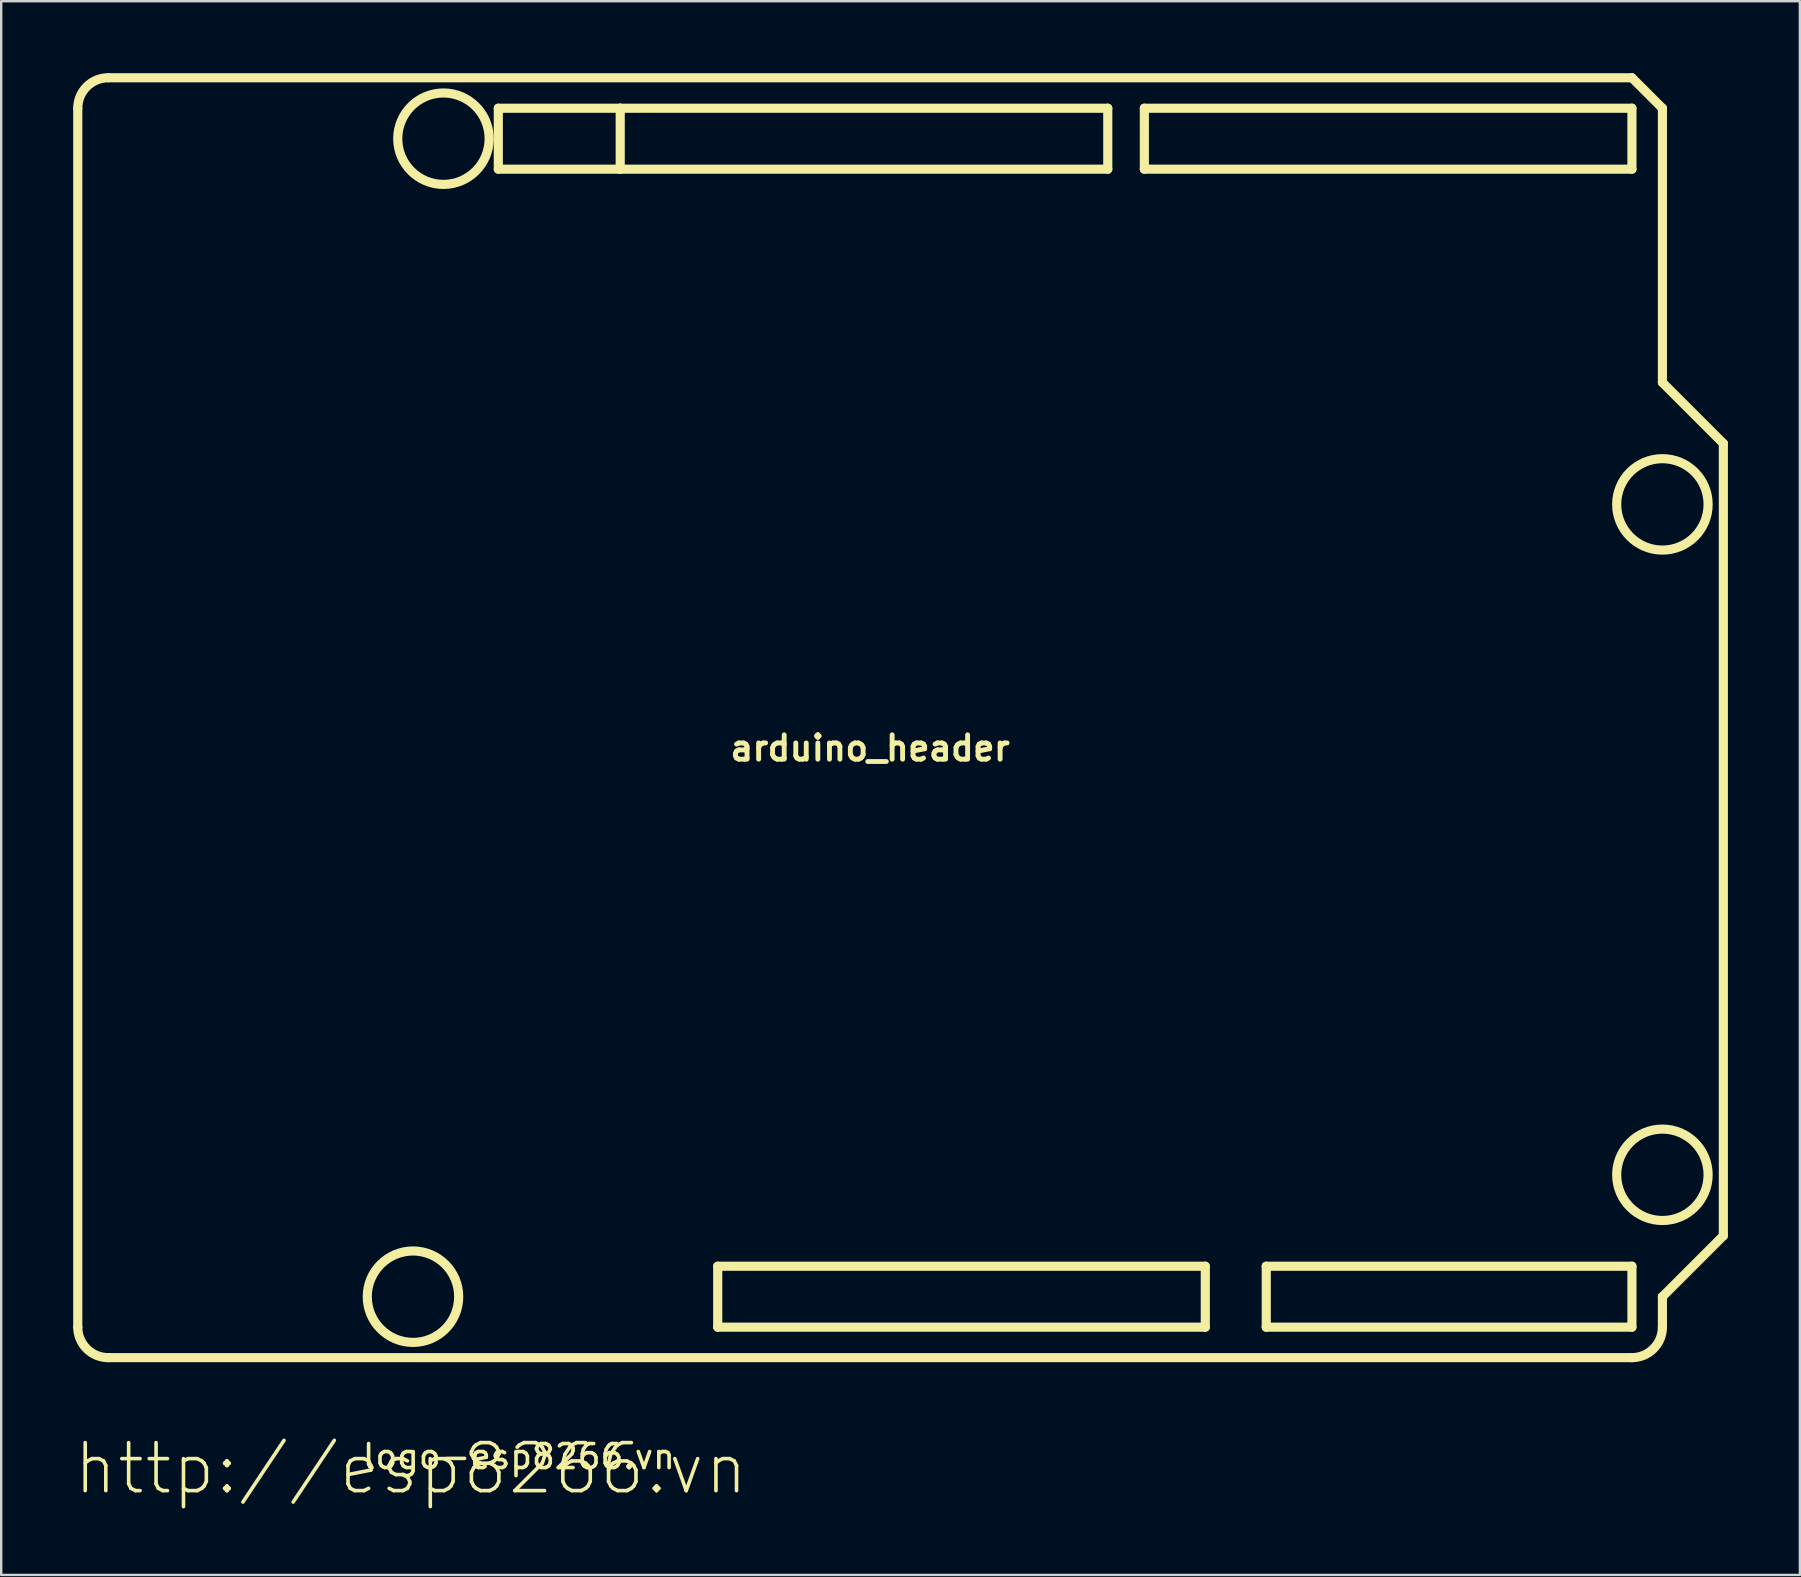
<source format=kicad_pcb>
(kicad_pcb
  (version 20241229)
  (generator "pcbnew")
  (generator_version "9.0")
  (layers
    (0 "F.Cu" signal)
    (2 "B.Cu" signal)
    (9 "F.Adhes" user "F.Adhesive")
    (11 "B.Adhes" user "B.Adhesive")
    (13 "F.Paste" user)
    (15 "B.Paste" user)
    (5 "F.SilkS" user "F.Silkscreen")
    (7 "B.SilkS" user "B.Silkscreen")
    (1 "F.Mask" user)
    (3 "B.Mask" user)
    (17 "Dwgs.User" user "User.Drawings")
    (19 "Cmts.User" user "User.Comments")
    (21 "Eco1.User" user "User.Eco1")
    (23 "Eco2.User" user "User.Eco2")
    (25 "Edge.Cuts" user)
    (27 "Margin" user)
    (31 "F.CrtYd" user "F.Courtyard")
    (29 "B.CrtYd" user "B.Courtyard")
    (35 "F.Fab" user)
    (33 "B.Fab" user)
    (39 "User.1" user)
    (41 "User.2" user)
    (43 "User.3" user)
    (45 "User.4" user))
  (footprint "logo-esp8266.vn"
    (layer "F.Cu")
    (at 18.573 57.154)
    (property "Reference" "logo-esp8266.vn" (at 0 0.5 0) (layer "F.SilkS") (effects (font (size 1 1) (thickness 0.15))))
    (attr through_hole)
    (fp_text user "http://esp8266.vn" (at -4.5 1 0) (layer "F.SilkS") (effects (font (size 2 2) (thickness 0.15)))))
  (footprint "arduino_header"
    (layer "F.Cu")
    (at 33.211 26.86)
    (property "Reference" "arduino_header" (at 0 1.27 0) (layer "F.SilkS") (effects (font (size 1.016 1.016) (thickness 0.203))))
    (attr through_hole)
    (fp_line (start -33.02 25.4) (end -33.02 -25.4) (stroke (width 0.381) (type solid)) (layer "F.SilkS"))
    (fp_line (start -31.75 26.67) (end 31.75 26.67) (stroke (width 0.381) (type solid)) (layer "F.SilkS"))
    (fp_line (start -15.494 -25.4) (end -15.494 -22.86) (stroke (width 0.381) (type solid)) (layer "F.SilkS"))
    (fp_line (start -15.494 -22.86) (end -10.414 -22.86) (stroke (width 0.381) (type solid)) (layer "F.SilkS"))
    (fp_line (start -10.414 -25.4) (end -15.494 -25.4) (stroke (width 0.381) (type solid)) (layer "F.SilkS"))
    (fp_line (start -10.414 -22.86) (end -10.414 -25.4) (stroke (width 0.381) (type solid)) (layer "F.SilkS"))
    (fp_line (start -6.35 25.4) (end -6.35 22.86) (stroke (width 0.381) (type solid)) (layer "F.SilkS"))
    (fp_line (start -6.35 25.4) (end 13.97 25.4) (stroke (width 0.381) (type solid)) (layer "F.SilkS"))
    (fp_line (start 9.906 -25.4) (end -10.414 -25.4) (stroke (width 0.381) (type solid)) (layer "F.SilkS"))
    (fp_line (start 9.906 -22.86) (end -10.414 -22.86) (stroke (width 0.381) (type solid)) (layer "F.SilkS"))
    (fp_line (start 9.906 -22.86) (end 9.906 -25.4) (stroke (width 0.381) (type solid)) (layer "F.SilkS"))
    (fp_line (start 11.43 -25.4) (end 31.75 -25.4) (stroke (width 0.381) (type solid)) (layer "F.SilkS"))
    (fp_line (start 11.43 -22.86) (end 11.43 -25.4) (stroke (width 0.381) (type solid)) (layer "F.SilkS"))
    (fp_line (start 13.97 22.86) (end -6.35 22.86) (stroke (width 0.381) (type solid)) (layer "F.SilkS"))
    (fp_line (start 13.97 22.86) (end 13.97 25.4) (stroke (width 0.381) (type solid)) (layer "F.SilkS"))
    (fp_line (start 16.51 22.86) (end 16.51 25.4) (stroke (width 0.381) (type solid)) (layer "F.SilkS"))
    (fp_line (start 16.51 22.86) (end 31.75 22.86) (stroke (width 0.381) (type solid)) (layer "F.SilkS"))
    (fp_line (start 31.75 -26.67) (end -31.75 -26.67) (stroke (width 0.381) (type solid)) (layer "F.SilkS"))
    (fp_line (start 31.75 -26.67) (end 33.02 -25.4) (stroke (width 0.381) (type solid)) (layer "F.SilkS"))
    (fp_line (start 31.75 -25.4) (end 31.75 -22.86) (stroke (width 0.381) (type solid)) (layer "F.SilkS"))
    (fp_line (start 31.75 -22.86) (end 11.43 -22.86) (stroke (width 0.381) (type solid)) (layer "F.SilkS"))
    (fp_line (start 31.75 25.4) (end 16.51 25.4) (stroke (width 0.381) (type solid)) (layer "F.SilkS"))
    (fp_line (start 31.75 25.4) (end 31.75 22.86) (stroke (width 0.381) (type solid)) (layer "F.SilkS"))
    (fp_line (start 33.02 -25.4) (end 33.02 -13.97) (stroke (width 0.381) (type solid)) (layer "F.SilkS"))
    (fp_line (start 33.02 -13.97) (end 35.56 -11.43) (stroke (width 0.381) (type solid)) (layer "F.SilkS"))
    (fp_line (start 33.02 24.13) (end 33.02 25.4) (stroke (width 0.381) (type solid)) (layer "F.SilkS"))
    (fp_line (start 35.56 21.59) (end 33.02 24.13) (stroke (width 0.381) (type solid)) (layer "F.SilkS"))
    (fp_line (start 35.56 21.59) (end 35.56 -11.43) (stroke (width 0.381) (type solid)) (layer "F.SilkS"))
    (fp_arc (start -33.02 -25.4) (mid -32.648026 -26.298026) (end -31.75 -26.67) (stroke (width 0.381) (type solid)) (layer "F.SilkS"))
    (fp_arc (start -31.75 26.67) (mid -32.648026 26.298026) (end -33.02 25.4) (stroke (width 0.381) (type solid)) (layer "F.SilkS"))
    (fp_arc (start 33.02 25.4) (mid 32.648026 26.298026) (end 31.75 26.67) (stroke (width 0.381) (type solid)) (layer "F.SilkS"))
    (fp_circle (center -19.05 24.13) (end -17.145 24.13) (stroke (width 0.381) (type solid)) (fill no) (layer "F.SilkS"))
    (fp_circle (center -17.78 -24.13) (end -15.875 -24.13) (stroke (width 0.381) (type solid)) (fill no) (layer "F.SilkS"))
    (fp_circle (center 33.02 -8.89) (end 34.925 -8.89) (stroke (width 0.381) (type solid)) (fill no) (layer "F.SilkS"))
    (fp_circle (center 33.02 19.05) (end 34.925 19.05) (stroke (width 0.381) (type solid)) (fill no) (layer "F.SilkS")))
  (gr_rect
    (start -3 -3)
    (end 71.961 62.587)
    (stroke (width 0.1) (type default))
    (fill no)
    (layer "Edge.Cuts")))
</source>
